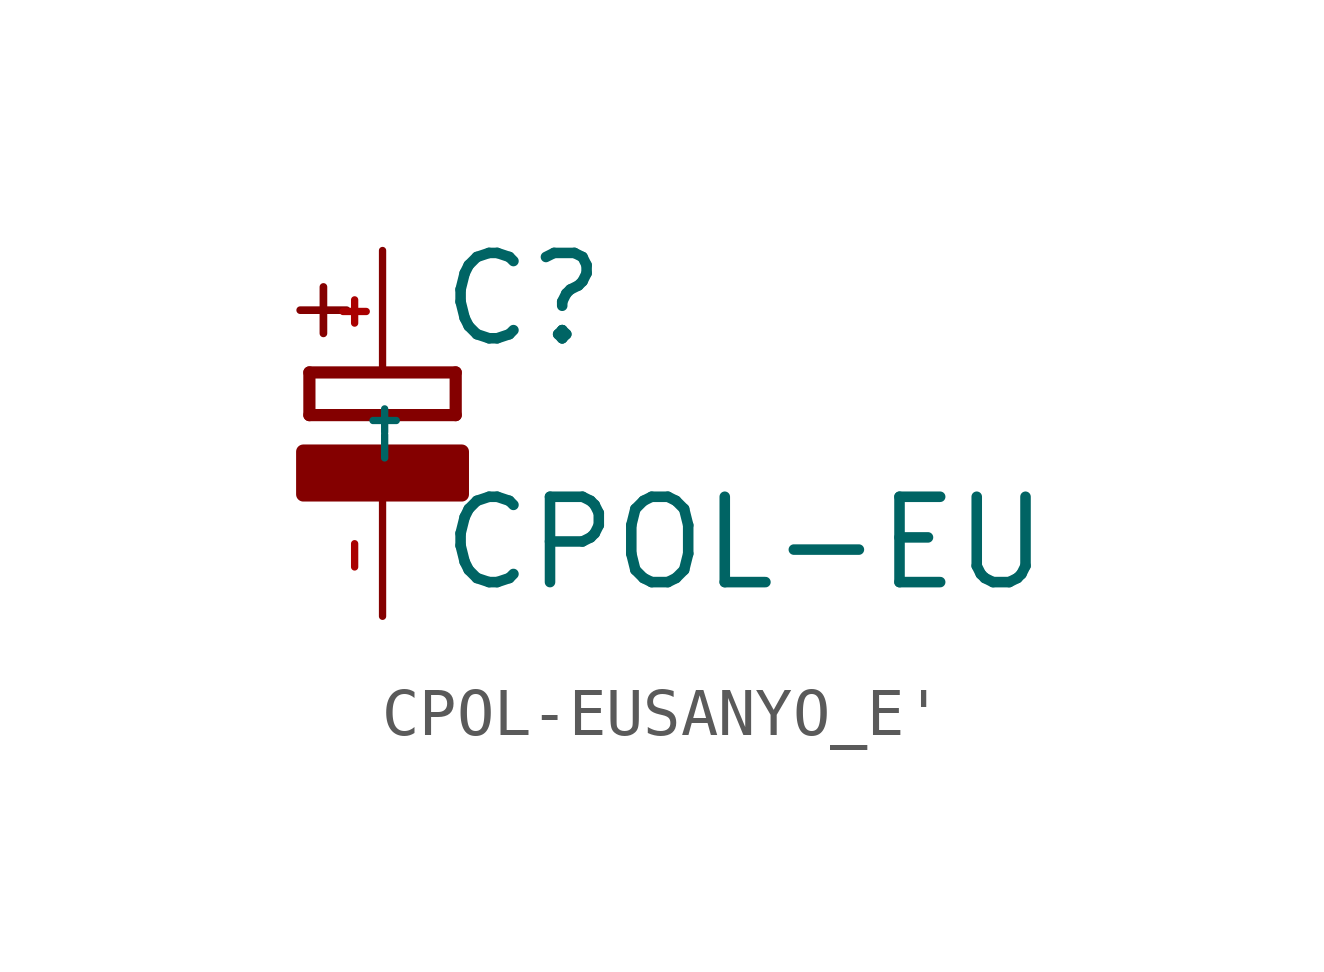
<source format=kicad_sym>
(kicad_symbol_lib
  (version 20220914)
  (generator Eagle2Kicad)
  (symbol "CPOL-EUSANYO_E'"
    (property "Reference" "C"
      (at 1.143 0.483 0)
      (effects (font (size 1.778 1.778) (thickness 0.22)) (justify left bottom)))
    (property "Value" "CPOL-EU"
      (at 1.143 -4.597 0)
      (effects (font (size 1.778 1.778) (thickness 0.22)) (justify left bottom)))
    (polyline
      (pts (xy -1.524 -0.889) (xy 1.524 -0.889))
      (stroke (width 0.254) (type default))
      (fill (type none)))
    (polyline
      (pts (xy 1.524 -0.889) (xy 1.524 0))
      (stroke (width 0.254) (type default))
      (fill (type none)))
    (polyline
      (pts (xy -1.524 0) (xy -1.524 -0.889))
      (stroke (width 0.254) (type default))
      (fill (type none)))
    (polyline
      (pts (xy -1.524 0) (xy 1.524 0))
      (stroke (width 0.254) (type default))
      (fill (type none)))
    (text "+"
      (at -0.584 0.406 900)
      (effects (font (size 1.27 1.27) (thickness 0.16)) (justify left bottom)))
    (rectangle
      (start -1.651 -2.54)
      (end 1.651 -1.651)
      (stroke (width 0.3) (type default))
      (fill (type outline)))
    (pin passive line
      (at 0 -5.08 90)
      (length 2.54)
      (name "-" (effects (font (size 0.635 0.635) (thickness 0.08)) (justify left bottom)))
      (number "-" (effects (font (size 0.635 0.635) (thickness 0.08)) (justify left bottom))))
    (pin passive line
      (at 0 2.54 270)
      (length 2.54)
      (name "+" (effects (font (size 0.635 0.635) (thickness 0.08)) (justify left bottom)))
      (number "+" (effects (font (size 0.635 0.635) (thickness 0.08)) (justify left bottom))))))
</source>
